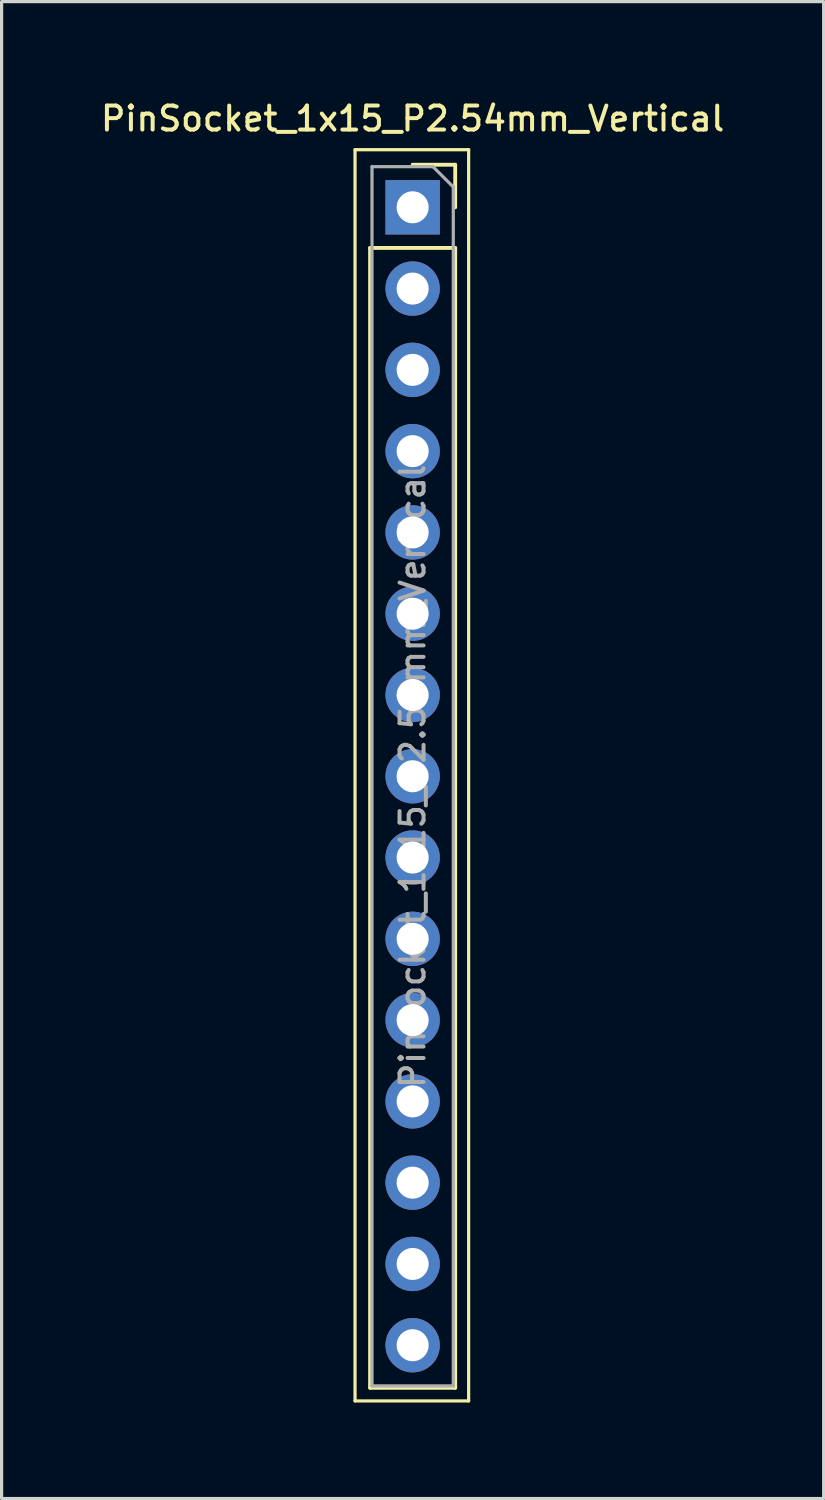
<source format=kicad_pcb>
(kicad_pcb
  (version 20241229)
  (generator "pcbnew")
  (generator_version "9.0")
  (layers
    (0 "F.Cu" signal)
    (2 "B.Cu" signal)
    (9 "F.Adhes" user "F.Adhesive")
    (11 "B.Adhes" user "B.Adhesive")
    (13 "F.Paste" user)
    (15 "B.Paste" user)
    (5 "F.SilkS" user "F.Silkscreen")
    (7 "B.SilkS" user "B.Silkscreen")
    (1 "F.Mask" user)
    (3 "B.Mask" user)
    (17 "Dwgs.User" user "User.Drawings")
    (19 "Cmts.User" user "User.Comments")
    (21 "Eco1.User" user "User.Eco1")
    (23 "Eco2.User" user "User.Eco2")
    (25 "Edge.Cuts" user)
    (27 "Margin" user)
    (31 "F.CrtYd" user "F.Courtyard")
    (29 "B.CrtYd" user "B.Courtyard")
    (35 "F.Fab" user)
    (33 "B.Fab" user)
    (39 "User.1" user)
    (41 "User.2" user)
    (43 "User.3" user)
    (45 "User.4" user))
  (footprint "PinSocket_1x15_P2.54mm_Vertical"
    (layer "F.Cu")
    (at 9.845 3.428)
    (property "Reference" "PinSocket_1x15_P2.54mm_Vertical" (at 0 -2.77 0) (layer "F.SilkS") (effects (font (size 0.75 0.75) (thickness 0.125))))
    (attr through_hole)
    (fp_line (start -1.8 -1.8) (end 1.75 -1.8) (stroke (width 0.1) (type solid)) (layer "F.SilkS"))
    (fp_line (start -1.8 37.3) (end -1.8 -1.8) (stroke (width 0.1) (type solid)) (layer "F.SilkS"))
    (fp_line (start -1.33 1.27) (end -1.33 36.89) (stroke (width 0.12) (type solid)) (layer "F.SilkS"))
    (fp_line (start -1.33 1.27) (end 1.33 1.27) (stroke (width 0.12) (type solid)) (layer "F.SilkS"))
    (fp_line (start -1.33 36.89) (end 1.33 36.89) (stroke (width 0.12) (type solid)) (layer "F.SilkS"))
    (fp_line (start 0 -1.33) (end 1.33 -1.33) (stroke (width 0.12) (type solid)) (layer "F.SilkS"))
    (fp_line (start 1.33 -1.33) (end 1.33 0) (stroke (width 0.12) (type solid)) (layer "F.SilkS"))
    (fp_line (start 1.33 1.27) (end 1.33 36.89) (stroke (width 0.12) (type solid)) (layer "F.SilkS"))
    (fp_line (start 1.75 -1.8) (end 1.75 37.3) (stroke (width 0.1) (type solid)) (layer "F.SilkS"))
    (fp_line (start 1.75 37.3) (end -1.8 37.3) (stroke (width 0.1) (type solid)) (layer "F.SilkS"))
    (fp_line (start -1.27 -1.27) (end 0.635 -1.27) (stroke (width 0.1) (type solid)) (layer "F.Fab"))
    (fp_line (start -1.27 36.83) (end -1.27 -1.27) (stroke (width 0.1) (type solid)) (layer "F.Fab"))
    (fp_line (start 0.635 -1.27) (end 1.27 -0.635) (stroke (width 0.1) (type solid)) (layer "F.Fab"))
    (fp_line (start 1.27 -0.635) (end 1.27 36.83) (stroke (width 0.1) (type solid)) (layer "F.Fab"))
    (fp_line (start 1.27 36.83) (end -1.27 36.83) (stroke (width 0.1) (type solid)) (layer "F.Fab"))
    (fp_text user "${REFERENCE}" (at 0 17.78 90) (layer "F.Fab") (effects (font (size 0.75 0.75) (thickness 0.125))))
    (pad "1" thru_hole rect (at 0 0) (size 1.7 1.7) (drill 1) (layers "*.Cu" "*.Mask"))
    (pad "2" thru_hole oval (at 0 2.54) (size 1.7 1.7) (drill 1) (layers "*.Cu" "*.Mask"))
    (pad "3" thru_hole oval (at 0 5.08) (size 1.7 1.7) (drill 1) (layers "*.Cu" "*.Mask"))
    (pad "4" thru_hole oval (at 0 7.62) (size 1.7 1.7) (drill 1) (layers "*.Cu" "*.Mask"))
    (pad "5" thru_hole oval (at 0 10.16) (size 1.7 1.7) (drill 1) (layers "*.Cu" "*.Mask"))
    (pad "6" thru_hole oval (at 0 12.7) (size 1.7 1.7) (drill 1) (layers "*.Cu" "*.Mask"))
    (pad "7" thru_hole oval (at 0 15.24) (size 1.7 1.7) (drill 1) (layers "*.Cu" "*.Mask"))
    (pad "8" thru_hole oval (at 0 17.78) (size 1.7 1.7) (drill 1) (layers "*.Cu" "*.Mask"))
    (pad "9" thru_hole oval (at 0 20.32) (size 1.7 1.7) (drill 1) (layers "*.Cu" "*.Mask"))
    (pad "10" thru_hole oval (at 0 22.86) (size 1.7 1.7) (drill 1) (layers "*.Cu" "*.Mask"))
    (pad "11" thru_hole oval (at 0 25.4) (size 1.7 1.7) (drill 1) (layers "*.Cu" "*.Mask"))
    (pad "12" thru_hole oval (at 0 27.94) (size 1.7 1.7) (drill 1) (layers "*.Cu" "*.Mask"))
    (pad "13" thru_hole oval (at 0 30.48) (size 1.7 1.7) (drill 1) (layers "*.Cu" "*.Mask"))
    (pad "14" thru_hole oval (at 0 33.02) (size 1.7 1.7) (drill 1) (layers "*.Cu" "*.Mask"))
    (pad "15" thru_hole oval (at 0 35.56) (size 1.7 1.7) (drill 1) (layers "*.Cu" "*.Mask")))
  (gr_rect
    (start -3 -3)
    (end 22.689 43.778)
    (stroke (width 0.1) (type default))
    (fill no)
    (layer "Edge.Cuts")))
</source>
